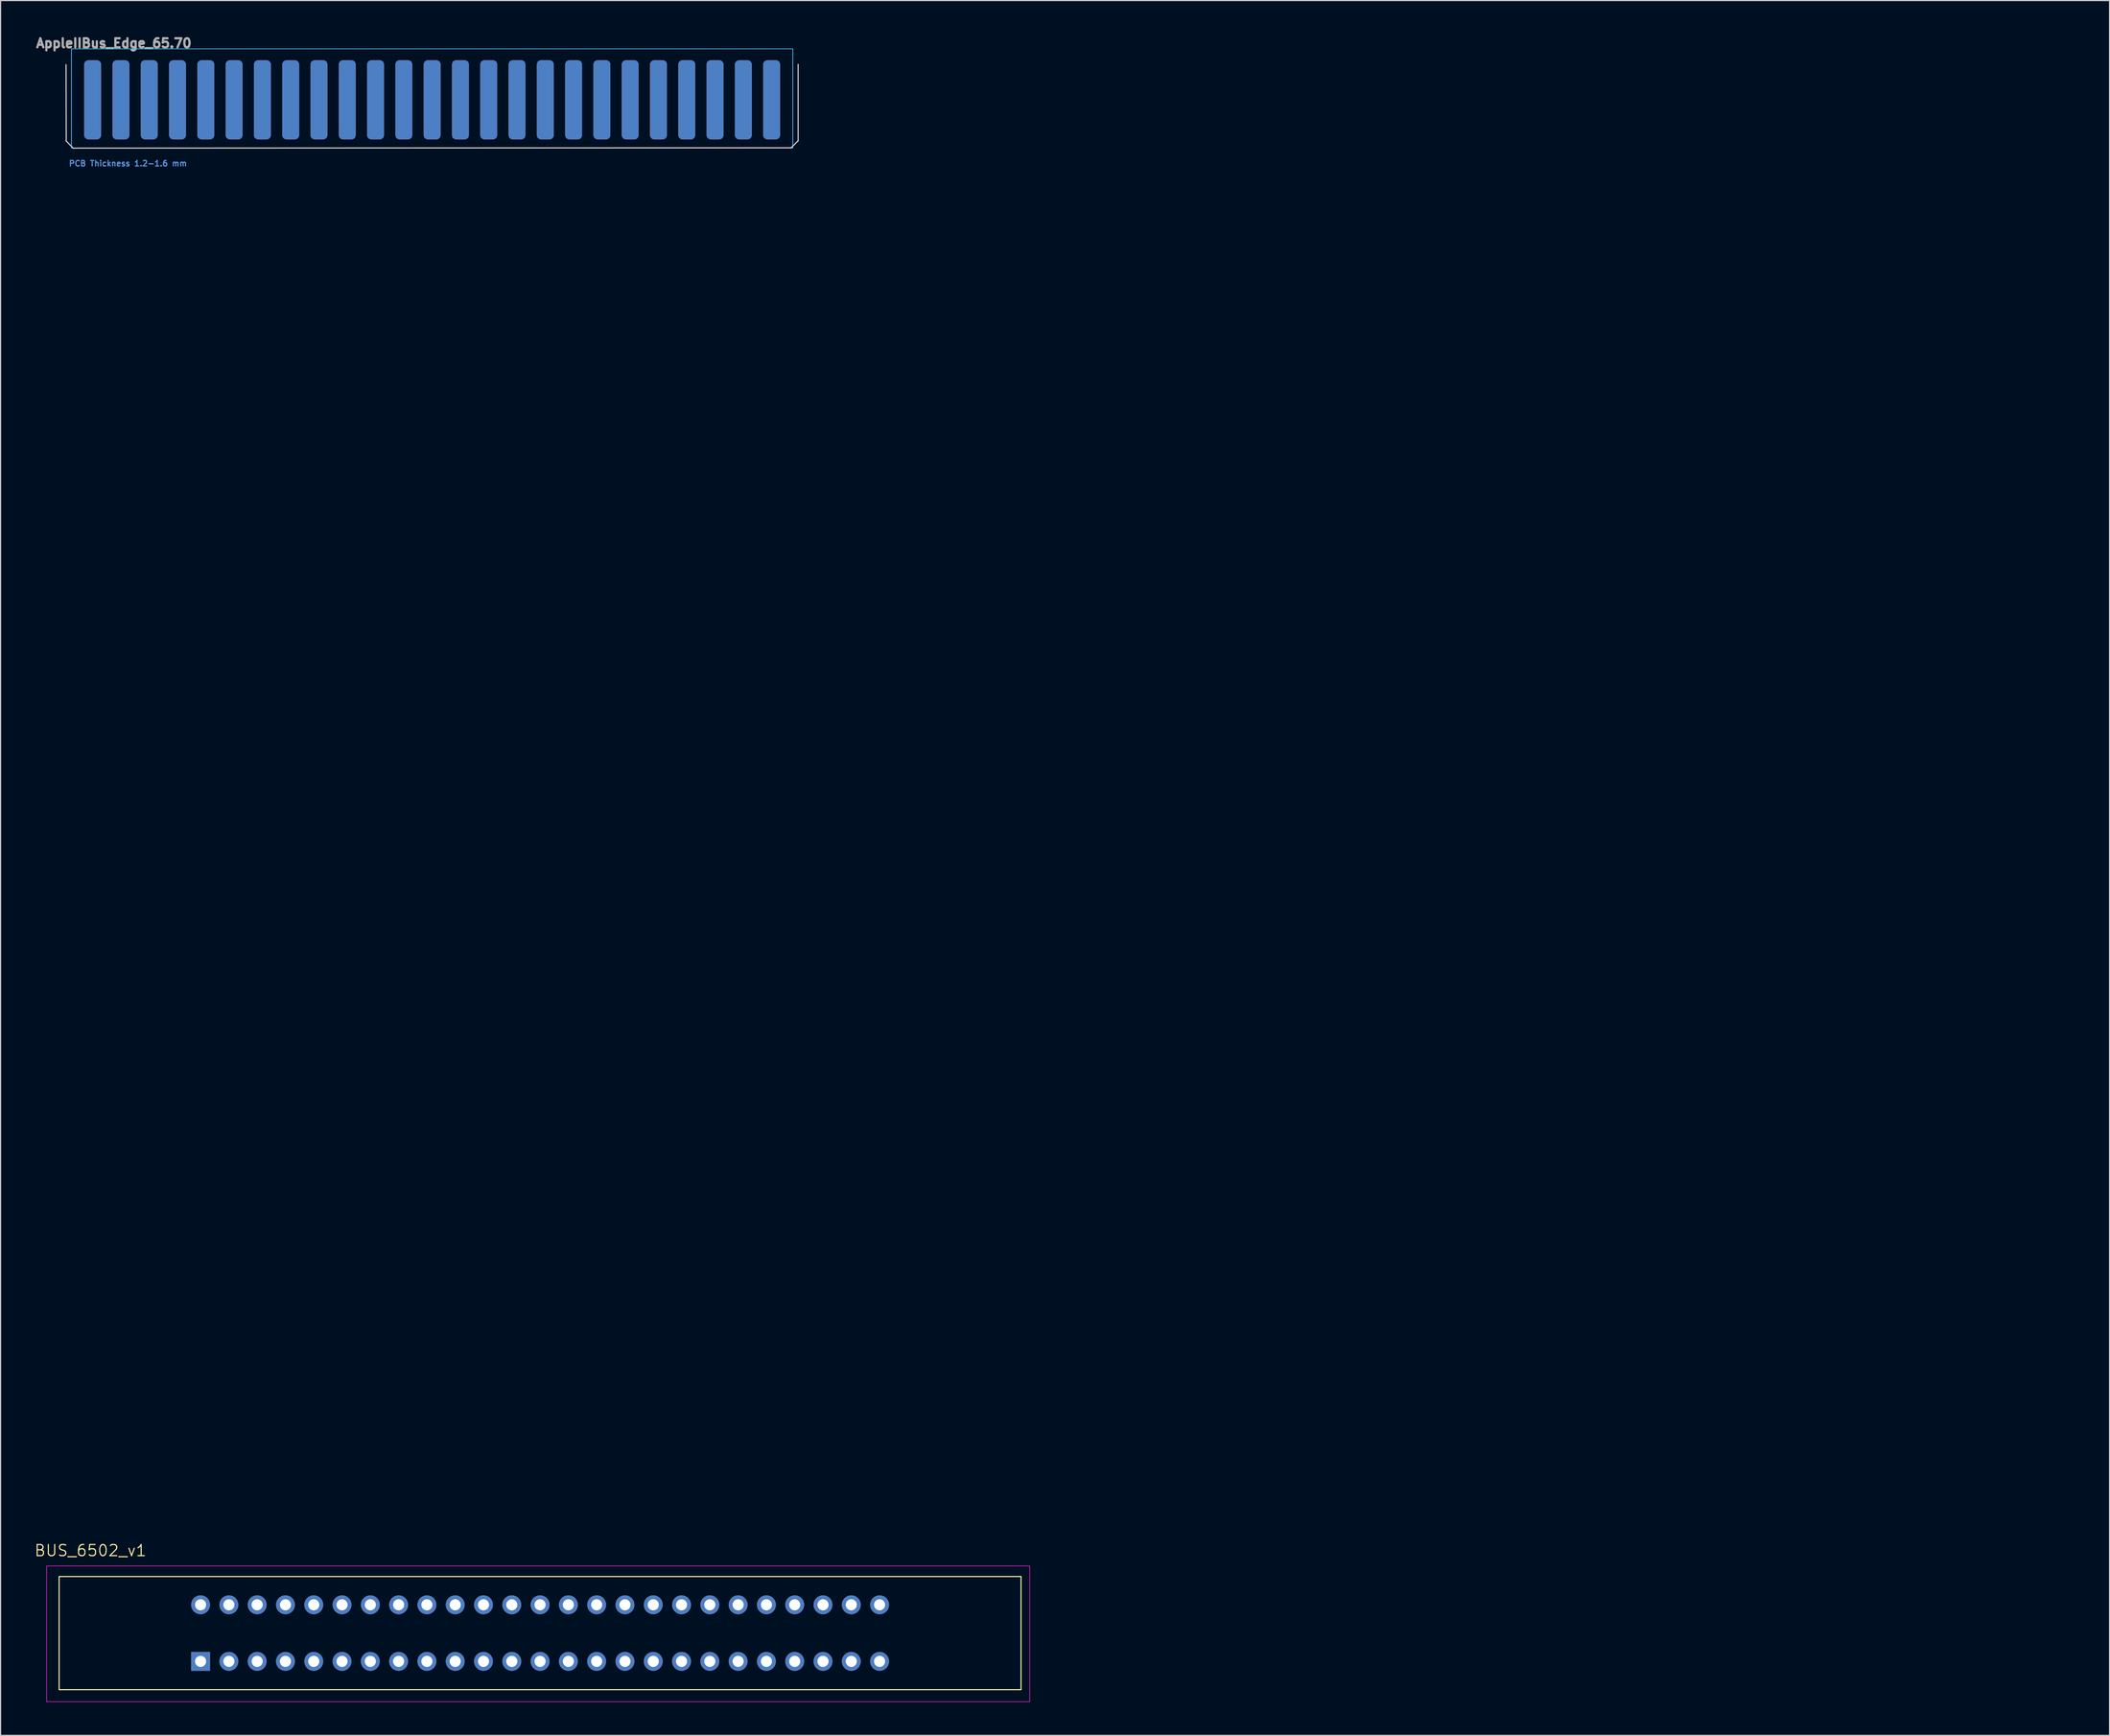
<source format=kicad_pcb>
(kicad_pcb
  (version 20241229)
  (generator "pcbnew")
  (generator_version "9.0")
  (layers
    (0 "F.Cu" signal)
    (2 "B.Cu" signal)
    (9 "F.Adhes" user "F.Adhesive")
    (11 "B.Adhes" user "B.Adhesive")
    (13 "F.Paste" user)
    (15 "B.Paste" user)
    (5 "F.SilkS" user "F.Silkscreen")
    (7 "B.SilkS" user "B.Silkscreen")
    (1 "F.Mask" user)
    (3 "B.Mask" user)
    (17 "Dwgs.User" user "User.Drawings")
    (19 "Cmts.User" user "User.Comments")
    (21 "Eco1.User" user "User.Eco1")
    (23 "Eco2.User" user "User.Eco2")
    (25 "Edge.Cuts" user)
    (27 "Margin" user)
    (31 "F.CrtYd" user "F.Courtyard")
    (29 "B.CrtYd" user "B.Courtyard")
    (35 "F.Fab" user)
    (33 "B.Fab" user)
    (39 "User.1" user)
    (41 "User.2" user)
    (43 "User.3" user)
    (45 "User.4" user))
  (footprint "AppleIIBus_Edge_65.70"
    (layer "F.Cu")
    (at 35.746 5.912)
    (property "Reference" "AppleIIBus_Edge_65.70" (at -28.575 -5.08 0) (layer "F.Fab") (effects (font (size 0.813 0.813) (thickness 0.203))))
    (attr exclude_from_pos_files allow_soldermask_bridges)
    (fp_rect (start -32.845 -3.175) (end 32.865 4.318) (stroke (width 0.05) (type solid)) (fill yes) (layer "F.Mask"))
    (fp_rect (start -32.845 -3.175) (end 32.865 4.318) (stroke (width 0.05) (type solid)) (fill yes) (layer "B.Mask"))
    (fp_line (start -32.85 3.703) (end -32.867 -3.155) (stroke (width 0.1) (type solid)) (layer "Edge.Cuts"))
    (fp_line (start -32.233 4.338) (end -32.85 3.703) (stroke (width 0.1) (type default)) (layer "Edge.Cuts"))
    (fp_line (start 32.233 4.308) (end -32.233 4.338) (stroke (width 0.1) (type solid)) (layer "Edge.Cuts"))
    (fp_line (start 32.233 4.308) (end 32.867 3.672) (stroke (width 0.1) (type default)) (layer "Edge.Cuts"))
    (fp_line (start 32.86 -3.179) (end 32.86 3.679) (stroke (width 0.1) (type solid)) (layer "Edge.Cuts"))
    (fp_rect (start -32.385 -4.572) (end 32.385 4.318) (stroke (width 0.05) (type default)) (fill no) (layer "B.CrtYd"))
    (fp_rect (start -32.385 -4.572) (end 32.385 4.318) (stroke (width 0.05) (type default)) (fill no) (layer "F.CrtYd"))
    (fp_text user "PCB Thickness 1.2-1.6 mm" (at -27.305 5.715 180) (layer "Cmts.User") (effects (font (size 0.5 0.5) (thickness 0.1))))
    (dimension (type orthogonal) (layer "User.4") (pts (xy 117.561 132.875) (xy 183.293 132.855)) (height -5.845) (orientation 0) (format (prefix "") (suffix "") (units 3) (units_format 0) (precision 4) (suppress_zeroes yes)) (style (thickness 0.1) (arrow_length 1.27) (text_position_mode 0) (arrow_direction outward) (extension_height 0.586) (extension_offset 0.5) (keep_text_aligned yes)) (gr_text "65.7325" (at 150.427 125.88 0) (layer "User.4") (effects (font (size 1 1) (thickness 0.15)))))
    (pad "1" connect roundrect (at -30.48 0 180) (size 1.524 7.112) (layers "F.Cu" "F.Mask") (roundrect_rratio 0.25))
    (pad "2" connect roundrect (at -27.94 0 180) (size 1.524 7.112) (layers "F.Cu" "F.Mask") (roundrect_rratio 0.25))
    (pad "3" connect roundrect (at -25.4 0 180) (size 1.524 7.112) (layers "F.Cu" "F.Mask") (roundrect_rratio 0.25))
    (pad "4" connect roundrect (at -22.86 0 180) (size 1.524 7.112) (layers "F.Cu" "F.Mask") (roundrect_rratio 0.25))
    (pad "5" connect roundrect (at -20.32 0 180) (size 1.524 7.112) (layers "F.Cu" "F.Mask") (roundrect_rratio 0.25))
    (pad "6" connect roundrect (at -17.78 0 180) (size 1.524 7.112) (layers "F.Cu" "F.Mask") (roundrect_rratio 0.25))
    (pad "7" connect roundrect (at -15.24 0 180) (size 1.524 7.112) (layers "F.Cu" "F.Mask") (roundrect_rratio 0.25))
    (pad "8" connect roundrect (at -12.7 0 180) (size 1.524 7.112) (layers "F.Cu" "F.Mask") (roundrect_rratio 0.25))
    (pad "9" connect roundrect (at -10.16 0 180) (size 1.524 7.112) (layers "F.Cu" "F.Mask") (roundrect_rratio 0.25))
    (pad "10" connect roundrect (at -7.62 0 180) (size 1.524 7.112) (layers "F.Cu" "F.Mask") (roundrect_rratio 0.25))
    (pad "11" connect roundrect (at -5.08 0 180) (size 1.524 7.112) (layers "F.Cu" "F.Mask") (roundrect_rratio 0.25))
    (pad "12" connect roundrect (at -2.54 0 180) (size 1.524 7.112) (layers "F.Cu" "F.Mask") (roundrect_rratio 0.25))
    (pad "13" connect roundrect (at 0 0 180) (size 1.524 7.112) (layers "F.Cu" "F.Mask") (roundrect_rratio 0.25))
    (pad "14" connect roundrect (at 2.54 0 180) (size 1.524 7.112) (layers "F.Cu" "F.Mask") (roundrect_rratio 0.25))
    (pad "15" connect roundrect (at 5.08 0 180) (size 1.524 7.112) (layers "F.Cu" "F.Mask") (roundrect_rratio 0.25))
    (pad "16" connect roundrect (at 7.62 0 180) (size 1.524 7.112) (layers "F.Cu" "F.Mask") (roundrect_rratio 0.25))
    (pad "17" connect roundrect (at 10.16 0 180) (size 1.524 7.112) (layers "F.Cu" "F.Mask") (roundrect_rratio 0.25))
    (pad "18" connect roundrect (at 12.7 0 180) (size 1.524 7.112) (layers "F.Cu" "F.Mask") (roundrect_rratio 0.25))
    (pad "19" connect roundrect (at 15.24 0 180) (size 1.524 7.112) (layers "F.Cu" "F.Mask") (roundrect_rratio 0.25))
    (pad "20" connect roundrect (at 17.78 0 180) (size 1.524 7.112) (layers "F.Cu" "F.Mask") (roundrect_rratio 0.25))
    (pad "21" connect roundrect (at 20.32 0 180) (size 1.524 7.112) (layers "F.Cu" "F.Mask") (roundrect_rratio 0.25))
    (pad "22" connect roundrect (at 22.86 0 180) (size 1.524 7.112) (layers "F.Cu" "F.Mask") (roundrect_rratio 0.25))
    (pad "23" connect roundrect (at 25.4 0 180) (size 1.524 7.112) (layers "F.Cu" "F.Mask") (roundrect_rratio 0.25))
    (pad "24" connect roundrect (at 27.94 0 180) (size 1.524 7.112) (layers "F.Cu" "F.Mask") (roundrect_rratio 0.25))
    (pad "25" connect roundrect (at 30.48 0 180) (size 1.524 7.112) (layers "F.Cu" "F.Mask") (roundrect_rratio 0.25))
    (pad "26" connect roundrect (at 30.48 0 180) (size 1.524 7.112) (layers "B.Cu" "B.Mask") (roundrect_rratio 0.25))
    (pad "27" connect roundrect (at 27.94 0 180) (size 1.524 7.112) (layers "B.Cu" "B.Mask") (roundrect_rratio 0.25))
    (pad "28" connect roundrect (at 25.4 0 180) (size 1.524 7.112) (layers "B.Cu" "B.Mask") (roundrect_rratio 0.25))
    (pad "29" connect roundrect (at 22.86 0 180) (size 1.524 7.112) (layers "B.Cu" "B.Mask") (roundrect_rratio 0.25))
    (pad "30" connect roundrect (at 20.32 0 180) (size 1.524 7.112) (layers "B.Cu" "B.Mask") (roundrect_rratio 0.25))
    (pad "31" connect roundrect (at 17.78 0 180) (size 1.524 7.112) (layers "B.Cu" "B.Mask") (roundrect_rratio 0.25))
    (pad "32" connect roundrect (at 15.24 0 180) (size 1.524 7.112) (layers "B.Cu" "B.Mask") (roundrect_rratio 0.25))
    (pad "33" connect roundrect (at 12.7 0 180) (size 1.524 7.112) (layers "B.Cu" "B.Mask") (roundrect_rratio 0.25))
    (pad "34" connect roundrect (at 10.16 0 180) (size 1.524 7.112) (layers "B.Cu" "B.Mask") (roundrect_rratio 0.25))
    (pad "35" connect roundrect (at 7.62 0 180) (size 1.524 7.112) (layers "B.Cu" "B.Mask") (roundrect_rratio 0.25))
    (pad "36" connect roundrect (at 5.08 0 180) (size 1.524 7.112) (layers "B.Cu" "B.Mask") (roundrect_rratio 0.25))
    (pad "37" connect roundrect (at 2.54 0 180) (size 1.524 7.112) (layers "B.Cu" "B.Mask") (roundrect_rratio 0.25))
    (pad "38" connect roundrect (at 0 0 180) (size 1.524 7.112) (layers "B.Cu" "B.Mask") (roundrect_rratio 0.25))
    (pad "39" connect roundrect (at -2.54 0 180) (size 1.524 7.112) (layers "B.Cu" "B.Mask") (roundrect_rratio 0.25))
    (pad "40" connect roundrect (at -5.08 0 180) (size 1.524 7.112) (layers "B.Cu" "B.Mask") (roundrect_rratio 0.25))
    (pad "41" connect roundrect (at -7.62 0 180) (size 1.524 7.112) (layers "B.Cu" "B.Mask") (roundrect_rratio 0.25))
    (pad "42" connect roundrect (at -10.16 0 180) (size 1.524 7.112) (layers "B.Cu" "B.Mask") (roundrect_rratio 0.25))
    (pad "43" connect roundrect (at -12.7 0 180) (size 1.524 7.112) (layers "B.Cu" "B.Mask") (roundrect_rratio 0.25))
    (pad "44" connect roundrect (at -15.24 0 180) (size 1.524 7.112) (layers "B.Cu" "B.Mask") (roundrect_rratio 0.25))
    (pad "45" connect roundrect (at -17.78 0 180) (size 1.524 7.112) (layers "B.Cu" "B.Mask") (roundrect_rratio 0.25))
    (pad "46" connect roundrect (at -20.32 0 180) (size 1.524 7.112) (layers "B.Cu" "B.Mask") (roundrect_rratio 0.25))
    (pad "47" connect roundrect (at -22.86 0 180) (size 1.524 7.112) (layers "B.Cu" "B.Mask") (roundrect_rratio 0.25))
    (pad "48" connect roundrect (at -25.4 0 180) (size 1.524 7.112) (layers "B.Cu" "B.Mask") (roundrect_rratio 0.25))
    (pad "49" connect roundrect (at -27.94 0 180) (size 1.524 7.112) (layers "B.Cu" "B.Mask") (roundrect_rratio 0.25))
    (pad "50" connect roundrect (at -30.48 0 180) (size 1.524 7.112) (layers "B.Cu" "B.Mask") (roundrect_rratio 0.25))
    (zone (net_name "") (layers "F.Cu" "F.Mask" "B.Cu" "B.Mask" "F.SilkS" "B.SilkS" "F.Adhes" "B.Adhes" "F.Paste" "B.Paste") (name "Bevel Area") (hatch edge 0.25) (connect_pads) (min_thickness 0.25) (filled_areas_thickness no) (keepout (tracks not_allowed) (vias not_allowed) (pads not_allowed) (copperpour not_allowed) (footprints not_allowed)) (placement (enabled no)) (fill) (polygon (pts (xy 3.361 10.23) (xy 3.361 9.494) (xy 68.131 9.494) (xy 68.131 10.23))))
    (zone (net_name "") (layers "F.Cu" "F.Mask" "B.Cu" "B.Mask" "F.SilkS" "B.SilkS" "F.Adhes" "B.Adhes" "F.Paste" "B.Paste") (hatch edge 0.5) (connect_pads) (min_thickness 0.25) (filled_areas_thickness no) (keepout (tracks allowed) (vias not_allowed) (pads not_allowed) (copperpour allowed) (footprints not_allowed)) (placement (enabled no)) (fill) (polygon (pts (xy 68.131 2.356) (xy 3.361 2.356) (xy 3.361 1.34) (xy 68.131 1.34))))
    (zone (net_name "") (layers "F.Cu" "F.Mask" "B.Cu" "B.Mask" "F.SilkS" "B.SilkS" "F.Adhes" "B.Adhes" "F.Paste" "B.Paste") (hatch edge 0.5) (connect_pads) (min_thickness 0.25) (filled_areas_thickness no) (keepout (tracks allowed) (vias not_allowed) (pads allowed) (copperpour not_allowed) (footprints not_allowed)) (placement (enabled no)) (fill) (polygon (pts (xy 68.131 9.494) (xy 3.361 9.494) (xy 3.361 2.356) (xy 68.131 2.356)))))
  (footprint "BUS_6502_v1"
    (layer "F.Cu")
    (at 14.958 146.137)
    (property "Reference" "BUS_6502_v1" (at -9.884 -9.952 0) (unlocked yes) (layer "F.SilkS") (effects (font (size 1 1) (thickness 0.1))))
    (attr through_hole)
    (fp_rect (start -12.7 -7.62) (end 73.66 2.54) (stroke (width 0.1) (type default)) (fill no) (layer "F.SilkS"))
    (fp_rect (start -13.82 -8.57) (end 74.44 3.62) (stroke (width 0.05) (type default)) (fill no) (layer "F.CrtYd"))
    (pad "1" thru_hole rect (at 0 0 90) (size 1.7 1.7) (drill 1) (layers "*.Cu" "*.Mask"))
    (pad "2" thru_hole oval (at 2.54 0 90) (size 1.7 1.7) (drill 1) (layers "*.Cu" "*.Mask"))
    (pad "3" thru_hole oval (at 5.08 0 90) (size 1.7 1.7) (drill 1) (layers "*.Cu" "*.Mask"))
    (pad "4" thru_hole oval (at 7.62 0 90) (size 1.7 1.7) (drill 1) (layers "*.Cu" "*.Mask"))
    (pad "5" thru_hole oval (at 10.16 0 90) (size 1.7 1.7) (drill 1) (layers "*.Cu" "*.Mask"))
    (pad "6" thru_hole oval (at 12.7 0 90) (size 1.7 1.7) (drill 1) (layers "*.Cu" "*.Mask"))
    (pad "7" thru_hole oval (at 15.24 0 90) (size 1.7 1.7) (drill 1) (layers "*.Cu" "*.Mask"))
    (pad "8" thru_hole oval (at 17.78 0 90) (size 1.7 1.7) (drill 1) (layers "*.Cu" "*.Mask"))
    (pad "9" thru_hole oval (at 20.32 0 90) (size 1.7 1.7) (drill 1) (layers "*.Cu" "*.Mask"))
    (pad "10" thru_hole oval (at 22.86 0 90) (size 1.7 1.7) (drill 1) (layers "*.Cu" "*.Mask"))
    (pad "11" thru_hole oval (at 25.4 0 90) (size 1.7 1.7) (drill 1) (layers "*.Cu" "*.Mask"))
    (pad "12" thru_hole oval (at 27.94 0 90) (size 1.7 1.7) (drill 1) (layers "*.Cu" "*.Mask"))
    (pad "13" thru_hole oval (at 30.48 0 90) (size 1.7 1.7) (drill 1) (layers "*.Cu" "*.Mask"))
    (pad "14" thru_hole oval (at 33.02 0 90) (size 1.7 1.7) (drill 1) (layers "*.Cu" "*.Mask"))
    (pad "15" thru_hole oval (at 35.56 0 90) (size 1.7 1.7) (drill 1) (layers "*.Cu" "*.Mask"))
    (pad "16" thru_hole oval (at 38.1 0 90) (size 1.7 1.7) (drill 1) (layers "*.Cu" "*.Mask"))
    (pad "17" thru_hole oval (at 40.64 0 90) (size 1.7 1.7) (drill 1) (layers "*.Cu" "*.Mask"))
    (pad "18" thru_hole oval (at 43.18 0 90) (size 1.7 1.7) (drill 1) (layers "*.Cu" "*.Mask"))
    (pad "19" thru_hole oval (at 45.72 0 90) (size 1.7 1.7) (drill 1) (layers "*.Cu" "*.Mask"))
    (pad "20" thru_hole oval (at 48.26 0 90) (size 1.7 1.7) (drill 1) (layers "*.Cu" "*.Mask"))
    (pad "21" thru_hole oval (at 50.8 0 90) (size 1.7 1.7) (drill 1) (layers "*.Cu" "*.Mask"))
    (pad "22" thru_hole oval (at 53.34 0 90) (size 1.7 1.7) (drill 1) (layers "*.Cu" "*.Mask"))
    (pad "23" thru_hole oval (at 55.88 0 90) (size 1.7 1.7) (drill 1) (layers "*.Cu" "*.Mask"))
    (pad "24" thru_hole oval (at 58.42 0 90) (size 1.7 1.7) (drill 1) (layers "*.Cu" "*.Mask"))
    (pad "25" thru_hole oval (at 60.96 0 90) (size 1.7 1.7) (drill 1) (layers "*.Cu" "*.Mask"))
    (pad "26" thru_hole oval (at 60.96 -5.08 90) (size 1.7 1.7) (drill 1) (layers "*.Cu" "*.Mask"))
    (pad "27" thru_hole oval (at 58.42 -5.08 90) (size 1.7 1.7) (drill 1) (layers "*.Cu" "*.Mask"))
    (pad "28" thru_hole oval (at 55.88 -5.08 90) (size 1.7 1.7) (drill 1) (layers "*.Cu" "*.Mask"))
    (pad "29" thru_hole oval (at 53.34 -5.08 90) (size 1.7 1.7) (drill 1) (layers "*.Cu" "*.Mask"))
    (pad "30" thru_hole oval (at 50.8 -5.08 90) (size 1.7 1.7) (drill 1) (layers "*.Cu" "*.Mask"))
    (pad "31" thru_hole oval (at 48.26 -5.08 90) (size 1.7 1.7) (drill 1) (layers "*.Cu" "*.Mask"))
    (pad "32" thru_hole oval (at 45.72 -5.08 90) (size 1.7 1.7) (drill 1) (layers "*.Cu" "*.Mask"))
    (pad "33" thru_hole oval (at 43.18 -5.08 90) (size 1.7 1.7) (drill 1) (layers "*.Cu" "*.Mask"))
    (pad "34" thru_hole oval (at 40.64 -5.08 90) (size 1.7 1.7) (drill 1) (layers "*.Cu" "*.Mask"))
    (pad "35" thru_hole oval (at 38.1 -5.08 90) (size 1.7 1.7) (drill 1) (layers "*.Cu" "*.Mask"))
    (pad "36" thru_hole oval (at 35.56 -5.08 90) (size 1.7 1.7) (drill 1) (layers "*.Cu" "*.Mask"))
    (pad "37" thru_hole oval (at 33.02 -5.08 90) (size 1.7 1.7) (drill 1) (layers "*.Cu" "*.Mask"))
    (pad "38" thru_hole oval (at 30.48 -5.08 90) (size 1.7 1.7) (drill 1) (layers "*.Cu" "*.Mask"))
    (pad "39" thru_hole oval (at 27.94 -5.08 90) (size 1.7 1.7) (drill 1) (layers "*.Cu" "*.Mask"))
    (pad "40" thru_hole oval (at 25.4 -5.08 90) (size 1.7 1.7) (drill 1) (layers "*.Cu" "*.Mask"))
    (pad "41" thru_hole oval (at 22.86 -5.08 90) (size 1.7 1.7) (drill 1) (layers "*.Cu" "*.Mask"))
    (pad "42" thru_hole oval (at 20.32 -5.08 90) (size 1.7 1.7) (drill 1) (layers "*.Cu" "*.Mask"))
    (pad "43" thru_hole oval (at 17.78 -5.08 90) (size 1.7 1.7) (drill 1) (layers "*.Cu" "*.Mask"))
    (pad "44" thru_hole oval (at 15.24 -5.08 90) (size 1.7 1.7) (drill 1) (layers "*.Cu" "*.Mask"))
    (pad "45" thru_hole oval (at 12.7 -5.08 90) (size 1.7 1.7) (drill 1) (layers "*.Cu" "*.Mask"))
    (pad "46" thru_hole oval (at 10.16 -5.08 90) (size 1.7 1.7) (drill 1) (layers "*.Cu" "*.Mask"))
    (pad "47" thru_hole oval (at 7.62 -5.08 90) (size 1.7 1.7) (drill 1) (layers "*.Cu" "*.Mask"))
    (pad "48" thru_hole oval (at 5.08 -5.08 90) (size 1.7 1.7) (drill 1) (layers "*.Cu" "*.Mask"))
    (pad "49" thru_hole oval (at 2.54 -5.08 90) (size 1.7 1.7) (drill 1) (layers "*.Cu" "*.Mask"))
    (pad "50" thru_hole oval (at 0 -5.08 90) (size 1.7 1.7) (drill 1) (layers "*.Cu" "*.Mask")))
  (gr_rect
    (start -3 -3)
    (end 186.343 152.782)
    (stroke (width 0.1) (type default))
    (fill no)
    (layer "Edge.Cuts")))
</source>
